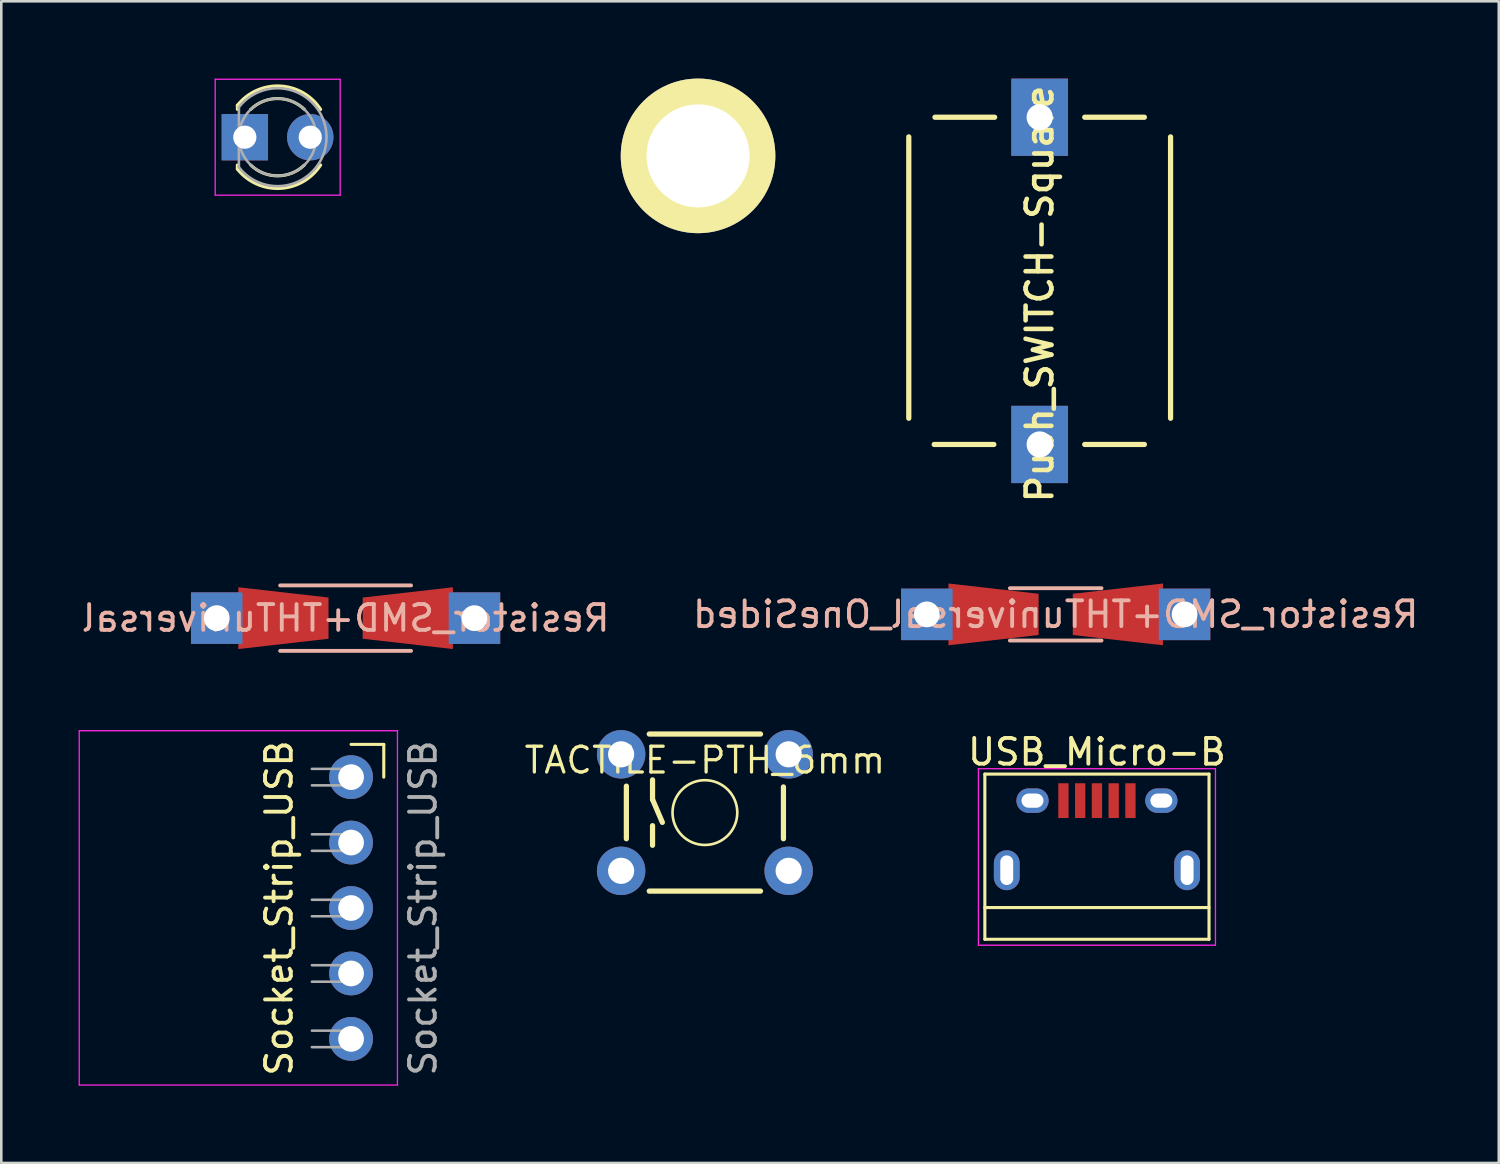
<source format=kicad_pcb>
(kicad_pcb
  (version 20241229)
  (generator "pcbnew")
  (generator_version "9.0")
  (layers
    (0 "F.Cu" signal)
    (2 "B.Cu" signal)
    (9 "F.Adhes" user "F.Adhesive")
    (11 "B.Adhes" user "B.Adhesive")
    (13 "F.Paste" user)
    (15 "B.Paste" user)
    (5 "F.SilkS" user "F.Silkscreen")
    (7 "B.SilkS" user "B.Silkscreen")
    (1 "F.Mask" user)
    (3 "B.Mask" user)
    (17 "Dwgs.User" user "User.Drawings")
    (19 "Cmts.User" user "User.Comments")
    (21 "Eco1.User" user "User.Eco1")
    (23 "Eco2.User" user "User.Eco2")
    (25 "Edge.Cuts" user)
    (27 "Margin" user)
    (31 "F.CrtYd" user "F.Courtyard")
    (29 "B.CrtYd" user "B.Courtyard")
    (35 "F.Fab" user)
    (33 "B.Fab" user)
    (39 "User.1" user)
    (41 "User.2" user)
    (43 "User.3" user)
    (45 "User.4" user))
  (footprint "Lock_Aligator"
    (layer "F.Cu")
    (at 24.042 3)
    (property "Reference" "Lock_Aligator" (at 0 2.54 0) (layer "Eco2.User") (effects (font (size 1 1) (thickness 0.15))))
    (attr through_hole)
    (pad "1" thru_hole circle (at 0 0) (size 6 6) (drill 4) (layers "*.Cu" "*.Mask" "F.SilkS")))
  (footprint "Resistor_SMD+THTuniversal"
    (layer "F.Cu")
    (at 10.363 20.941)
    (property "Reference" "Resistor_SMD+THTuniversal" (at 0 0 0) (layer "B.SilkS") (effects (font (size 1 1) (thickness 0.15)) (justify mirror)))
    (attr through_hole)
    (fp_line (start -2.54 -1.27) (end 2.54 -1.27) (stroke (width 0.15) (type solid)) (layer "B.SilkS"))
    (fp_line (start -2.54 1.27) (end 2.54 1.27) (stroke (width 0.15) (type solid)) (layer "B.SilkS"))
    (pad "1" thru_hole rect (at -5.001 0 180) (size 1.999 1.999) (drill 1.001) (layers "*.Cu" "*.Mask"))
    (pad "1" smd trapezoid (at -2.413 0) (size 3.5 1.999) (rect_delta 0.399 0) (layers "F.Cu" "F.Mask" "F.Paste"))
    (pad "2" smd trapezoid (at 2.413 0 180) (size 3.5 1.999) (rect_delta 0.399 0) (layers "F.Cu" "F.Mask" "F.Paste"))
    (pad "2" thru_hole rect (at 5.001 0 180) (size 1.999 1.999) (drill 1.001) (layers "*.Cu" "*.Mask")))
  (footprint "Resistor_SMD+THTuniversal_OneSided"
    (layer "F.Cu")
    (at 37.923 20.795)
    (property "Reference" "Resistor_SMD+THTuniversal_OneSided" (at 0 0 0) (layer "B.SilkS") (effects (font (size 1 1) (thickness 0.15)) (justify mirror)))
    (attr through_hole)
    (fp_line (start -1.778 -1.016) (end 1.778 -1.016) (stroke (width 0.15) (type solid)) (layer "B.SilkS"))
    (fp_line (start -1.778 1.016) (end 1.778 1.016) (stroke (width 0.15) (type solid)) (layer "B.SilkS"))
    (pad "1" thru_hole rect (at -5.001 0 180) (size 1.999 1.999) (drill 1.001) (layers "F.Cu" "F.Mask"))
    (pad "1" smd trapezoid (at -2.413 0) (size 3.5 1.999) (rect_delta 0.399 0) (layers "F.Cu" "F.Mask" "F.Paste"))
    (pad "2" smd trapezoid (at 2.413 0 180) (size 3.5 1.999) (rect_delta 0.399 0) (layers "F.Cu" "F.Mask" "F.Paste"))
    (pad "2" thru_hole rect (at 5.001 0 180) (size 1.999 1.999) (drill 1.001) (layers "F.Cu" "F.Mask")))
  (footprint "LED_D3.0mm_FlatTop"
    (layer "F.Cu")
    (at 6.452 2.275)
    (property "Reference" "LED_D3.0mm_FlatTop" (at 1.53 1.7 0) (layer "Eco2.User") (effects (font (size 1 1) (thickness 0.15))))
    (attr through_hole)
    (fp_line (start -0.29 -1.236) (end -0.29 -1.08) (stroke (width 0.12) (type solid)) (layer "F.SilkS"))
    (fp_line (start -0.29 1.08) (end -0.29 1.236) (stroke (width 0.12) (type solid)) (layer "F.SilkS"))
    (fp_arc (start -0.29 -1.235516) (mid 1.366487 -1.987659) (end 2.942335 -1.078608) (stroke (width 0.12) (type solid)) (layer "F.SilkS"))
    (fp_arc (start 0.229039 -1.08) (mid 1.270117 -1.5) (end 2.31113 -1.079837) (stroke (width 0.12) (type solid)) (layer "F.SilkS"))
    (fp_arc (start 2.31113 1.079837) (mid 1.270117 1.5) (end 0.229039 1.08) (stroke (width 0.12) (type solid)) (layer "F.SilkS"))
    (fp_arc (start 2.942335 1.078608) (mid 1.366487 1.987659) (end -0.29 1.235516) (stroke (width 0.12) (type solid)) (layer "F.SilkS"))
    (fp_line (start -1.15 -2.25) (end -1.15 2.25) (stroke (width 0.05) (type solid)) (layer "F.CrtYd"))
    (fp_line (start -1.15 2.25) (end 3.7 2.25) (stroke (width 0.05) (type solid)) (layer "F.CrtYd"))
    (fp_line (start 3.7 -2.25) (end -1.15 -2.25) (stroke (width 0.05) (type solid)) (layer "F.CrtYd"))
    (fp_line (start 3.7 2.25) (end 3.7 -2.25) (stroke (width 0.05) (type solid)) (layer "F.CrtYd"))
    (fp_line (start -0.23 -1.166) (end -0.23 1.166) (stroke (width 0.1) (type solid)) (layer "F.Fab"))
    (fp_arc (start -0.23 -1.16619) (mid 3.17 0.000452) (end -0.230555 1.165476) (stroke (width 0.1) (type solid)) (layer "F.Fab"))
    (fp_circle (center 1.27 0) (end 2.77 0) (stroke (width 0.1) (type solid)) (fill no) (layer "F.Fab"))
    (pad "1" thru_hole rect (at 0 0) (size 1.8 1.8) (drill 0.9) (layers "*.Cu" "*.Mask"))
    (pad "2" thru_hole circle (at 2.54 0) (size 1.8 1.8) (drill 0.9) (layers "*.Cu" "*.Mask")))
  (footprint "USB_Micro-B"
    (layer "F.Cu")
    (at 39.523 29.374)
    (property "Reference" "USB_Micro-B" (at 0 -3.24 0) (layer "F.SilkS") (effects (font (size 1 1) (thickness 0.15))))
    (attr smd)
    (fp_line (start -4.35 -2.38) (end 4.35 -2.38) (stroke (width 0.12) (type solid)) (layer "F.SilkS"))
    (fp_line (start -4.35 4.03) (end -4.35 -2.38) (stroke (width 0.12) (type solid)) (layer "F.SilkS"))
    (fp_line (start -4.35 4.03) (end 4.35 4.03) (stroke (width 0.12) (type solid)) (layer "F.SilkS"))
    (fp_line (start 4.35 -2.38) (end 4.35 4.03) (stroke (width 0.12) (type solid)) (layer "F.SilkS"))
    (fp_line (start 4.35 2.8) (end -4.35 2.8) (stroke (width 0.12) (type solid)) (layer "F.SilkS"))
    (fp_line (start -4.6 -2.59) (end 4.6 -2.59) (stroke (width 0.05) (type solid)) (layer "F.CrtYd"))
    (fp_line (start -4.6 4.26) (end -4.6 -2.59) (stroke (width 0.05) (type solid)) (layer "F.CrtYd"))
    (fp_line (start 4.6 -2.59) (end 4.6 4.26) (stroke (width 0.05) (type solid)) (layer "F.CrtYd"))
    (fp_line (start 4.6 4.26) (end -4.6 4.26) (stroke (width 0.05) (type solid)) (layer "F.CrtYd"))
    (pad "1" smd rect (at -1.3 -1.35 90) (size 1.35 0.4) (layers "F.Cu" "F.Mask" "F.Paste"))
    (pad "2" smd rect (at -0.65 -1.35 90) (size 1.35 0.4) (layers "F.Cu" "F.Mask" "F.Paste"))
    (pad "3" smd rect (at 0 -1.35 90) (size 1.35 0.4) (layers "F.Cu" "F.Mask" "F.Paste"))
    (pad "4" smd rect (at 0.65 -1.35 90) (size 1.35 0.4) (layers "F.Cu" "F.Mask" "F.Paste"))
    (pad "5" smd rect (at 1.3 -1.35 90) (size 1.35 0.4) (layers "F.Cu" "F.Mask" "F.Paste"))
    (pad "6" thru_hole oval (at -3.5 1.35 90) (size 1.55 1) (drill oval 1.15 0.5) (layers "*.Cu" "*.Mask"))
    (pad "6" thru_hole oval (at -2.5 -1.35 90) (size 0.95 1.25) (drill oval 0.55 0.85) (layers "*.Cu" "*.Mask"))
    (pad "6" thru_hole oval (at 2.5 -1.35 90) (size 0.95 1.25) (drill oval 0.55 0.85) (layers "*.Cu" "*.Mask"))
    (pad "6" thru_hole oval (at 3.5 1.35 90) (size 1.55 1) (drill oval 1.15 0.5) (layers "*.Cu" "*.Mask")))
  (footprint "Socket_Strip_USB"
    (layer "F.Cu")
    (at 10.575 27.111)
    (property "Reference" "Socket_Strip_USB" (at -2.794 5.08 270) (layer "F.SilkS") (effects (font (size 1 1) (thickness 0.15))))
    (attr through_hole)
    (fp_line (start 0 -1.27) (end 1.27 -1.27) (stroke (width 0.12) (type solid)) (layer "F.SilkS"))
    (fp_line (start 1.27 -1.27) (end 1.27 0) (stroke (width 0.12) (type solid)) (layer "F.SilkS"))
    (fp_line (start -10.55 -1.8) (end 1.8 -1.8) (stroke (width 0.05) (type solid)) (layer "F.CrtYd"))
    (fp_line (start -10.55 11.95) (end -10.55 -1.8) (stroke (width 0.05) (type solid)) (layer "F.CrtYd"))
    (fp_line (start 1.8 -1.8) (end 1.8 11.95) (stroke (width 0.05) (type solid)) (layer "F.CrtYd"))
    (fp_line (start 1.8 11.95) (end -10.55 11.95) (stroke (width 0.05) (type solid)) (layer "F.CrtYd"))
    (fp_line (start -1.52 -0.32) (end 0 -0.32) (stroke (width 0.1) (type solid)) (layer "F.Fab"))
    (fp_line (start -1.52 2.22) (end 0 2.22) (stroke (width 0.1) (type solid)) (layer "F.Fab"))
    (fp_line (start -1.52 4.76) (end 0 4.76) (stroke (width 0.1) (type solid)) (layer "F.Fab"))
    (fp_line (start -1.52 7.3) (end 0 7.3) (stroke (width 0.1) (type solid)) (layer "F.Fab"))
    (fp_line (start -1.52 9.84) (end 0 9.84) (stroke (width 0.1) (type solid)) (layer "F.Fab"))
    (fp_line (start 0 -0.32) (end 0 0.32) (stroke (width 0.1) (type solid)) (layer "F.Fab"))
    (fp_line (start 0 0.32) (end -1.52 0.32) (stroke (width 0.1) (type solid)) (layer "F.Fab"))
    (fp_line (start 0 2.22) (end 0 2.86) (stroke (width 0.1) (type solid)) (layer "F.Fab"))
    (fp_line (start 0 2.86) (end -1.52 2.86) (stroke (width 0.1) (type solid)) (layer "F.Fab"))
    (fp_line (start 0 4.76) (end 0 5.4) (stroke (width 0.1) (type solid)) (layer "F.Fab"))
    (fp_line (start 0 5.4) (end -1.52 5.4) (stroke (width 0.1) (type solid)) (layer "F.Fab"))
    (fp_line (start 0 7.3) (end 0 7.94) (stroke (width 0.1) (type solid)) (layer "F.Fab"))
    (fp_line (start 0 7.94) (end -1.52 7.94) (stroke (width 0.1) (type solid)) (layer "F.Fab"))
    (fp_line (start 0 9.84) (end 0 10.48) (stroke (width 0.1) (type solid)) (layer "F.Fab"))
    (fp_line (start 0 10.48) (end -1.52 10.48) (stroke (width 0.1) (type solid)) (layer "F.Fab"))
    (fp_text user "${REFERENCE}" (at 2.794 5.08 90) (layer "F.Fab") (effects (font (size 1 1) (thickness 0.15))))
    (pad "1" thru_hole circle (at 0 0) (size 1.7 1.7) (drill 1) (layers "*.Cu" "*.Mask"))
    (pad "2" thru_hole oval (at 0 2.54) (size 1.7 1.7) (drill 1) (layers "*.Cu" "*.Mask"))
    (pad "3" thru_hole oval (at 0 5.08) (size 1.7 1.7) (drill 1) (layers "*.Cu" "*.Mask"))
    (pad "4" thru_hole oval (at 0 7.62) (size 1.7 1.7) (drill 1) (layers "*.Cu" "*.Mask"))
    (pad "5" thru_hole oval (at 0 10.16) (size 1.7 1.7) (drill 1) (layers "*.Cu" "*.Mask")))
  (footprint "Push_SWITCH-Square"
    (layer "F.Cu")
    (at 37.301 6.58)
    (property "Reference" "Push_SWITCH-Square" (at 0 1.778 270) (layer "F.SilkS") (effects (font (size 1 1) (thickness 0.178))))
    (attr exclude_from_pos_files exclude_from_bom)
    (fp_line (start -5.08 -4.318) (end -5.08 6.604) (stroke (width 0.203) (type solid)) (layer "F.SilkS"))
    (fp_line (start -1.778 7.62) (end -4.094 7.62) (stroke (width 0.203) (type solid)) (layer "F.SilkS"))
    (fp_line (start -1.748 -5.08) (end -4.064 -5.08) (stroke (width 0.203) (type solid)) (layer "F.SilkS"))
    (fp_line (start 4.064 -5.08) (end 1.748 -5.08) (stroke (width 0.203) (type solid)) (layer "F.SilkS"))
    (fp_line (start 4.064 7.62) (end 1.748 7.62) (stroke (width 0.203) (type solid)) (layer "F.SilkS"))
    (fp_line (start 5.08 6.604) (end 5.08 -4.318) (stroke (width 0.203) (type solid)) (layer "F.SilkS"))
    (pad "1" thru_hole rect (at 0 -5.08) (size 2.2 3) (drill 1.016) (layers "*.Cu" "*.Mask"))
    (pad "2" thru_hole rect (at 0 7.62) (size 2.2 3) (drill 1.016) (layers "*.Cu" "*.Mask")))
  (footprint "TACTILE-PTH_6mm"
    (layer "F.Cu")
    (at 24.308 28.487)
    (property "Reference" "TACTILE-PTH_6mm" (at 0 -2.032 0) (layer "F.SilkS") (effects (font (size 1 1) (thickness 0.127))))
    (attr exclude_from_pos_files exclude_from_bom)
    (fp_line (start -3.048 -1.026) (end -3.048 1.016) (stroke (width 0.203) (type solid)) (layer "F.SilkS"))
    (fp_line (start -2.159 3.048) (end 2.159 3.048) (stroke (width 0.203) (type solid)) (layer "F.SilkS"))
    (fp_line (start -2.032 -1.27) (end -2.032 -0.508) (stroke (width 0.203) (type solid)) (layer "F.SilkS"))
    (fp_line (start -2.032 -0.508) (end -1.651 0.381) (stroke (width 0.203) (type solid)) (layer "F.SilkS"))
    (fp_line (start -2.032 0.508) (end -2.032 1.27) (stroke (width 0.203) (type solid)) (layer "F.SilkS"))
    (fp_line (start 2.159 -3.048) (end -2.159 -3.048) (stroke (width 0.203) (type solid)) (layer "F.SilkS"))
    (fp_line (start 3.048 -0.996) (end 3.048 1.016) (stroke (width 0.203) (type solid)) (layer "F.SilkS"))
    (fp_circle (center 0 0) (end -0.889 0.889) (stroke (width 0.102) (type solid)) (fill no) (layer "F.SilkS"))
    (pad "1" thru_hole circle (at -3.251 -2.261) (size 1.88 1.88) (drill 1.016) (layers "*.Cu" "*.Mask"))
    (pad "1" thru_hole circle (at 3.251 -2.261) (size 1.88 1.88) (drill 1.016) (layers "*.Cu" "*.Mask"))
    (pad "2" thru_hole circle (at -3.251 2.261) (size 1.88 1.88) (drill 1.016) (layers "*.Cu" "*.Mask"))
    (pad "2" thru_hole circle (at 3.251 2.261) (size 1.88 1.88) (drill 1.016) (layers "*.Cu" "*.Mask")))
  (gr_rect
    (start -3 -3)
    (end 55.119 42.086)
    (stroke (width 0.1) (type default))
    (fill no)
    (layer "Edge.Cuts")))
</source>
